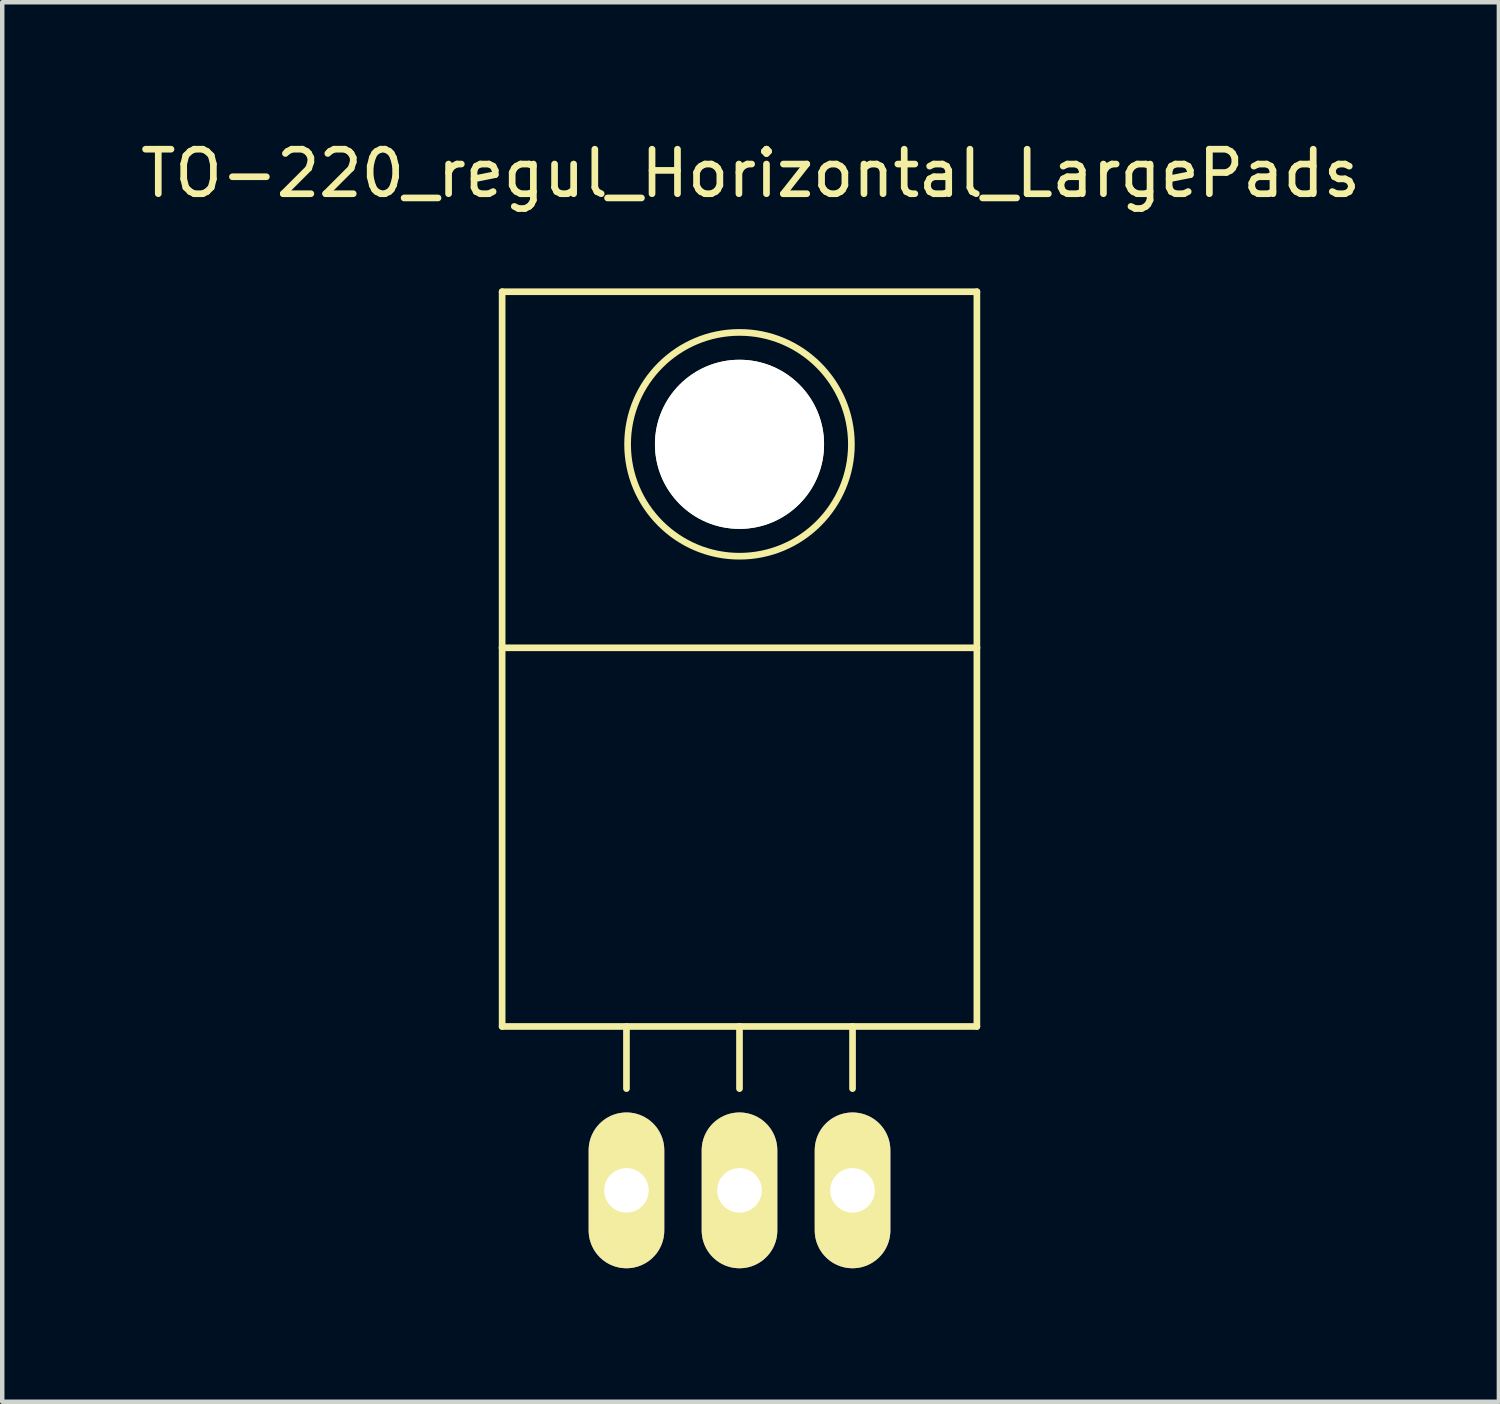
<source format=kicad_pcb>
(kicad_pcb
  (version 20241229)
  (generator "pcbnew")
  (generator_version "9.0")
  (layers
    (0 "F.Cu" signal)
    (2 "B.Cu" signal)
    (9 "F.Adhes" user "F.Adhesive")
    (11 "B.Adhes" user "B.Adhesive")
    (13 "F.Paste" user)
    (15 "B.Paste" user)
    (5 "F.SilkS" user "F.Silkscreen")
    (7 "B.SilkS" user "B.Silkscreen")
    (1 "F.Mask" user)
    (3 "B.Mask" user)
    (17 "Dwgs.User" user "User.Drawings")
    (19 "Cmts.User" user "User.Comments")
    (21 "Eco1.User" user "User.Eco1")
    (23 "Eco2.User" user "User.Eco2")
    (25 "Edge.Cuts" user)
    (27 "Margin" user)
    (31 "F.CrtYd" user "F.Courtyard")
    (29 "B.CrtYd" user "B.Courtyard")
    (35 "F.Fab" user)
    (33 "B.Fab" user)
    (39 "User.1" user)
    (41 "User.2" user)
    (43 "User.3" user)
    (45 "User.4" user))
  (footprint "TO-220_regul_Horizontal_LargePads"
    (layer "F.Cu")
    (at 13.567 23.698)
    (property "Reference" "TO-220_regul_Horizontal_LargePads" (at 0.249 -22.85 0) (layer "F.SilkS") (effects (font (size 1 1) (thickness 0.15))))
    (attr through_hole)
    (fp_line (start -5.334 -20.193) (end -5.334 -12.192) (stroke (width 0.15) (type solid)) (layer "F.SilkS"))
    (fp_line (start -5.334 -12.192) (end -5.334 -3.683) (stroke (width 0.15) (type solid)) (layer "F.SilkS"))
    (fp_line (start -2.54 -3.683) (end -2.54 -2.286) (stroke (width 0.15) (type solid)) (layer "F.SilkS"))
    (fp_line (start 0 -3.683) (end -5.334 -3.683) (stroke (width 0.15) (type solid)) (layer "F.SilkS"))
    (fp_line (start 0 -3.683) (end 0 -2.286) (stroke (width 0.15) (type solid)) (layer "F.SilkS"))
    (fp_line (start 0 -3.683) (end 5.334 -3.683) (stroke (width 0.15) (type solid)) (layer "F.SilkS"))
    (fp_line (start 2.54 -3.683) (end 2.54 -2.286) (stroke (width 0.15) (type solid)) (layer "F.SilkS"))
    (fp_line (start 5.334 -20.193) (end -5.334 -20.193) (stroke (width 0.15) (type solid)) (layer "F.SilkS"))
    (fp_line (start 5.334 -12.192) (end -5.334 -12.192) (stroke (width 0.15) (type solid)) (layer "F.SilkS"))
    (fp_line (start 5.334 -12.192) (end 5.334 -20.193) (stroke (width 0.15) (type solid)) (layer "F.SilkS"))
    (fp_line (start 5.334 -3.683) (end 5.334 -12.192) (stroke (width 0.15) (type solid)) (layer "F.SilkS"))
    (fp_circle (center 0 -16.764) (end 1.778 -14.986) (stroke (width 0.15) (type solid)) (fill no) (layer "F.SilkS"))
    (pad "" np_thru_hole circle (at 0 -16.764 90) (size 3.8 3.8) (drill 3.8) (layers "*.Cu" "*.Mask" "F.SilkS"))
    (pad "GND" thru_hole oval (at 0 0 90) (size 3.5 1.699) (drill 1.001) (layers "*.Cu" "*.Mask" "F.SilkS"))
    (pad "VI" thru_hole oval (at -2.54 0 90) (size 3.5 1.699) (drill 1.001) (layers "*.Cu" "*.Mask" "F.SilkS"))
    (pad "VO" thru_hole oval (at 2.54 0 90) (size 3.5 1.699) (drill 1.001) (layers "*.Cu" "*.Mask" "F.SilkS")))
  (gr_rect
    (start -3 -3)
    (end 30.631 28.448)
    (stroke (width 0.1) (type default))
    (fill no)
    (layer "Edge.Cuts")))
</source>
